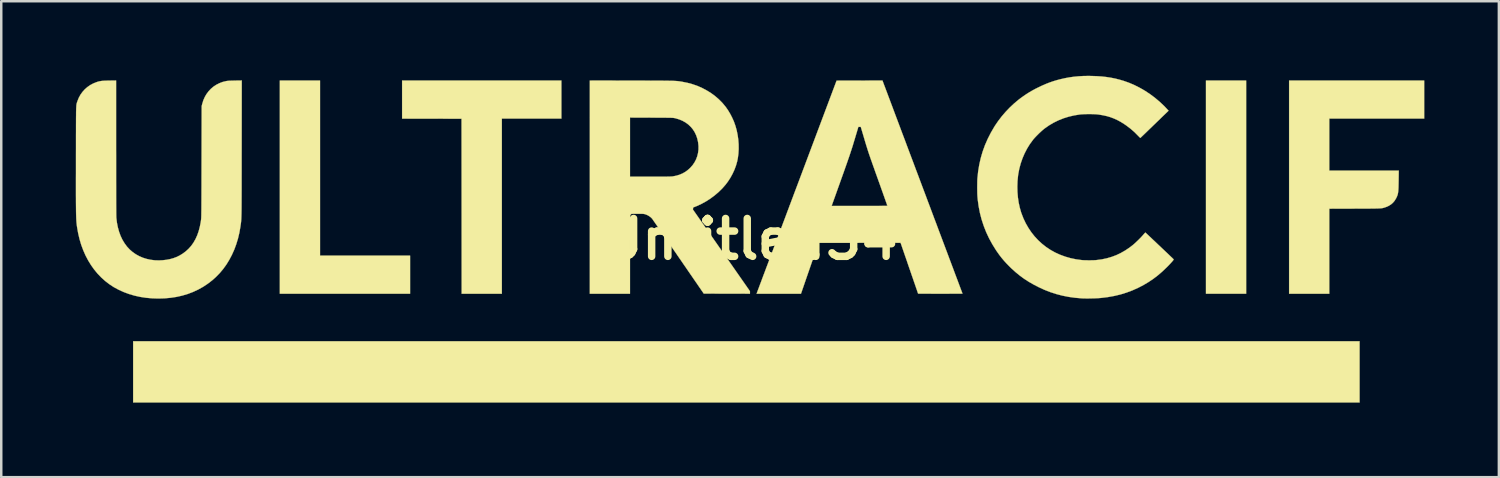
<source format=kicad_pcb>
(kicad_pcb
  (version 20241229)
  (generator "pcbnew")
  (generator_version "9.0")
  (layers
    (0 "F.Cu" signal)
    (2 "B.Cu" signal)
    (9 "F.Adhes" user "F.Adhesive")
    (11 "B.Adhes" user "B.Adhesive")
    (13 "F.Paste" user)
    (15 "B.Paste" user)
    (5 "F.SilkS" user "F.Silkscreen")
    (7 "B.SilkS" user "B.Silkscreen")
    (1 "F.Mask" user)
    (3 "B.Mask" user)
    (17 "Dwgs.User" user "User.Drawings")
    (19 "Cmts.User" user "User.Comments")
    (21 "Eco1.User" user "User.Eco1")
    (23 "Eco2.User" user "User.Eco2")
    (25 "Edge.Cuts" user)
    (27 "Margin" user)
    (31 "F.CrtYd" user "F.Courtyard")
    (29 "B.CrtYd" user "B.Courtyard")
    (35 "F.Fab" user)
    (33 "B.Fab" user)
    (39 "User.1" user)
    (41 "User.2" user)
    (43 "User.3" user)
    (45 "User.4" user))
  (footprint "Untitled54"
    (layer "F.Cu")
    (at 27.123 6.574)
    (property "Reference" "Untitled54" (at 0 0 0) (layer "F.SilkS") (effects (font (size 1.524 1.524) (thickness 0.3))))
    (attr through_hole)
    (fp_poly (pts (xy 19.964 2.193) (xy 18.347 2.193) (xy 18.347 -6.384) (xy 19.964 -6.384) (xy 19.964 2.193)) (stroke (width 0.01) (type solid)) (fill yes) (layer "F.SilkS"))
    (fp_poly (pts (xy -17.297 0.66) (xy -13.674 0.66) (xy -13.674 2.193) (xy -18.915 2.193) (xy -18.915 -6.384) (xy -17.297 -6.384) (xy -17.297 0.66)) (stroke (width 0.01) (type solid)) (fill yes) (layer "F.SilkS"))
    (fp_poly (pts (xy -7.586 -4.851) (xy -9.982 -4.851) (xy -9.982 2.193) (xy -11.599 2.193) (xy -11.601 -1.327) (xy -11.604 -4.847) (xy -13.995 -4.851) (xy -13.995 -6.384) (xy -7.586 -6.384) (xy -7.586 -4.851)) (stroke (width 0.01) (type solid)) (fill yes) (layer "F.SilkS"))
    (fp_poly (pts (xy 4.813 4.106) (xy 8.462 4.106) (xy 9.049 4.106) (xy 10.765 4.106) (xy 11.319 4.106) (xy 12.926 4.106) (xy 13.44 4.106) (xy 14.435 4.106) (xy 14.914 4.106) (xy 15.833 4.106) (xy 16.273 4.106) (xy 17.108 4.106) (xy 17.503 4.106) (xy 17.882 4.106) (xy 18.245 4.106) (xy 18.358 4.106) (xy 24.528 4.106) (xy 24.528 6.57) (xy -24.816 6.57) (xy -24.816 4.106) (xy -18.646 4.106) (xy -18.289 4.106) (xy -17.526 4.106) (xy -17.121 4.106) (xy -16.701 4.106) (xy -16.267 4.106) (xy -15.357 4.106) (xy -14.883 4.106) (xy -13.897 4.106) (xy -13.386 4.106) (xy -11.791 4.106) (xy -11.239 4.106) (xy -9.532 4.106) (xy -8.948 4.106) (xy -5.31 4.106) (xy -4.687 4.106) (xy 4.188 4.106) (xy 4.813 4.106)) (stroke (width 0.01) (type solid)) (fill yes) (layer "F.SilkS"))
    (fp_poly (pts (xy 27.127 -4.851) (xy 23.309 -4.851) (xy 23.309 -2.76) (xy 26.105 -2.76) (xy 26.099 -2.36) (xy 26.097 -2.25) (xy 26.095 -2.155) (xy 26.093 -2.073) (xy 26.089 -2.003) (xy 26.085 -1.943) (xy 26.079 -1.892) (xy 26.072 -1.847) (xy 26.063 -1.807) (xy 26.052 -1.769) (xy 26.039 -1.734) (xy 26.023 -1.698) (xy 26.005 -1.66) (xy 25.996 -1.642) (xy 25.939 -1.549) (xy 25.871 -1.468) (xy 25.792 -1.399) (xy 25.7 -1.342) (xy 25.596 -1.296) (xy 25.578 -1.29) (xy 25.554 -1.282) (xy 25.533 -1.274) (xy 25.513 -1.268) (xy 25.493 -1.262) (xy 25.473 -1.257) (xy 25.45 -1.252) (xy 25.426 -1.248) (xy 25.397 -1.245) (xy 25.364 -1.242) (xy 25.326 -1.24) (xy 25.28 -1.238) (xy 25.228 -1.236) (xy 25.166 -1.235) (xy 25.095 -1.234) (xy 25.014 -1.233) (xy 24.921 -1.232) (xy 24.816 -1.232) (xy 24.697 -1.231) (xy 24.564 -1.231) (xy 24.415 -1.23) (xy 24.331 -1.23) (xy 23.309 -1.227) (xy 23.309 2.193) (xy 21.692 2.193) (xy 21.692 -6.384) (xy 27.127 -6.384) (xy 27.127 -4.851)) (stroke (width 0.01) (type solid)) (fill yes) (layer "F.SilkS"))
    (fp_poly (pts (xy -4.756 -6.381) (xy -4.553 -6.381) (xy -4.367 -6.381) (xy -4.195 -6.38) (xy -4.039 -6.38) (xy -3.896 -6.379) (xy -3.766 -6.379) (xy -3.649 -6.378) (xy -3.543 -6.378) (xy -3.447 -6.377) (xy -3.362 -6.376) (xy -3.286 -6.375) (xy -3.218 -6.374) (xy -3.158 -6.373) (xy -3.105 -6.372) (xy -3.057 -6.37) (xy -3.015 -6.368) (xy -2.978 -6.366) (xy -2.944 -6.363) (xy -2.913 -6.361) (xy -2.885 -6.358) (xy -2.858 -6.354) (xy -2.831 -6.351) (xy -2.804 -6.347) (xy -2.777 -6.342) (xy -2.747 -6.338) (xy -2.722 -6.333) (xy -2.512 -6.291) (xy -2.307 -6.235) (xy -2.108 -6.165) (xy -1.917 -6.081) (xy -1.735 -5.984) (xy -1.561 -5.876) (xy -1.398 -5.755) (xy -1.246 -5.623) (xy -1.106 -5.481) (xy -0.979 -5.328) (xy -0.972 -5.319) (xy -0.882 -5.189) (xy -0.796 -5.047) (xy -0.718 -4.896) (xy -0.648 -4.741) (xy -0.645 -4.733) (xy -0.584 -4.562) (xy -0.534 -4.382) (xy -0.496 -4.197) (xy -0.469 -4.007) (xy -0.455 -3.817) (xy -0.453 -3.628) (xy -0.464 -3.443) (xy -0.487 -3.264) (xy -0.512 -3.137) (xy -0.559 -2.97) (xy -0.621 -2.802) (xy -0.697 -2.636) (xy -0.785 -2.475) (xy -0.884 -2.322) (xy -0.981 -2.193) (xy -1.114 -2.042) (xy -1.261 -1.898) (xy -1.419 -1.763) (xy -1.588 -1.637) (xy -1.765 -1.523) (xy -1.947 -1.423) (xy -2.134 -1.336) (xy -2.181 -1.317) (xy -2.284 -1.276) (xy -2.289 -1.236) (xy -2.295 -1.195) (xy -1.147 0.448) (xy 0 2.092) (xy 0 2.193) (xy -0.929 2.191) (xy -1.858 2.189) (xy -2.887 0.693) (xy -2.986 0.549) (xy -3.083 0.409) (xy -3.176 0.273) (xy -3.267 0.142) (xy -3.354 0.016) (xy -3.436 -0.104) (xy -3.514 -0.217) (xy -3.587 -0.323) (xy -3.655 -0.42) (xy -3.716 -0.509) (xy -3.771 -0.588) (xy -3.819 -0.658) (xy -3.86 -0.716) (xy -3.893 -0.764) (xy -3.917 -0.799) (xy -3.933 -0.822) (xy -3.94 -0.831) (xy -3.993 -0.883) (xy -4.059 -0.931) (xy -4.131 -0.972) (xy -4.206 -1.001) (xy -4.244 -1.012) (xy -4.266 -1.016) (xy -4.291 -1.019) (xy -4.322 -1.021) (xy -4.36 -1.023) (xy -4.407 -1.023) (xy -4.468 -1.023) (xy -4.535 -1.023) (xy -4.765 -1.02) (xy -4.787 -1) (xy -4.805 -0.977) (xy -4.817 -0.95) (xy -4.817 -0.949) (xy -4.819 -0.936) (xy -4.82 -0.907) (xy -4.821 -0.861) (xy -4.822 -0.799) (xy -4.822 -0.721) (xy -4.823 -0.627) (xy -4.824 -0.518) (xy -4.824 -0.393) (xy -4.825 -0.253) (xy -4.825 -0.098) (xy -4.826 0.071) (xy -4.826 0.255) (xy -4.826 0.452) (xy -4.826 0.637) (xy -4.826 2.193) (xy -6.443 2.193) (xy -6.443 -2.515) (xy -4.826 -2.515) (xy -4.011 -2.515) (xy -3.87 -2.515) (xy -3.744 -2.515) (xy -3.633 -2.515) (xy -3.536 -2.516) (xy -3.452 -2.516) (xy -3.38 -2.517) (xy -3.318 -2.518) (xy -3.266 -2.519) (xy -3.223 -2.52) (xy -3.187 -2.521) (xy -3.158 -2.523) (xy -3.134 -2.524) (xy -3.115 -2.526) (xy -3.11 -2.527) (xy -2.965 -2.555) (xy -2.832 -2.595) (xy -2.708 -2.648) (xy -2.592 -2.715) (xy -2.484 -2.797) (xy -2.4 -2.874) (xy -2.308 -2.978) (xy -2.231 -3.09) (xy -2.168 -3.21) (xy -2.121 -3.336) (xy -2.088 -3.469) (xy -2.071 -3.606) (xy -2.07 -3.748) (xy -2.085 -3.894) (xy -2.088 -3.912) (xy -2.12 -4.053) (xy -2.166 -4.186) (xy -2.225 -4.309) (xy -2.298 -4.422) (xy -2.384 -4.524) (xy -2.481 -4.616) (xy -2.591 -4.696) (xy -2.712 -4.764) (xy -2.843 -4.819) (xy -2.985 -4.862) (xy -3.022 -4.871) (xy -3.035 -4.873) (xy -3.049 -4.876) (xy -3.063 -4.878) (xy -3.08 -4.88) (xy -3.1 -4.882) (xy -3.124 -4.884) (xy -3.153 -4.885) (xy -3.189 -4.886) (xy -3.232 -4.887) (xy -3.283 -4.888) (xy -3.344 -4.888) (xy -3.416 -4.889) (xy -3.499 -4.889) (xy -3.595 -4.89) (xy -3.705 -4.89) (xy -3.829 -4.891) (xy -3.965 -4.891) (xy -4.826 -4.894) (xy -4.826 -2.515) (xy -6.443 -2.515) (xy -6.443 -6.385) (xy -4.756 -6.381)) (stroke (width 0.01) (type solid)) (fill yes) (layer "F.SilkS"))
    (fp_poly (pts (xy 5.341 -6.361) (xy 5.344 -6.351) (xy 5.353 -6.327) (xy 5.368 -6.287) (xy 5.388 -6.233) (xy 5.414 -6.165) (xy 5.445 -6.083) (xy 5.48 -5.989) (xy 5.521 -5.881) (xy 5.565 -5.762) (xy 5.615 -5.631) (xy 5.668 -5.488) (xy 5.726 -5.335) (xy 5.787 -5.171) (xy 5.852 -4.998) (xy 5.921 -4.815) (xy 5.993 -4.623) (xy 6.068 -4.423) (xy 6.146 -4.215) (xy 6.228 -3.999) (xy 6.311 -3.776) (xy 6.397 -3.547) (xy 6.486 -3.311) (xy 6.577 -3.07) (xy 6.669 -2.823) (xy 6.764 -2.572) (xy 6.86 -2.316) (xy 6.95 -2.076) (xy 7.048 -1.817) (xy 7.143 -1.562) (xy 7.238 -1.311) (xy 7.33 -1.065) (xy 7.42 -0.824) (xy 7.509 -0.59) (xy 7.594 -0.361) (xy 7.678 -0.139) (xy 7.758 0.075) (xy 7.836 0.282) (xy 7.911 0.481) (xy 7.982 0.671) (xy 8.05 0.853) (xy 8.115 1.025) (xy 8.176 1.187) (xy 8.232 1.338) (xy 8.285 1.479) (xy 8.334 1.608) (xy 8.378 1.726) (xy 8.417 1.831) (xy 8.452 1.924) (xy 8.482 2.004) (xy 8.507 2.07) (xy 8.526 2.122) (xy 8.54 2.159) (xy 8.549 2.182) (xy 8.551 2.189) (xy 8.543 2.19) (xy 8.519 2.19) (xy 8.48 2.191) (xy 8.428 2.191) (xy 8.363 2.191) (xy 8.286 2.192) (xy 8.2 2.192) (xy 8.104 2.192) (xy 8 2.193) (xy 7.889 2.193) (xy 7.772 2.193) (xy 7.658 2.193) (xy 7.537 2.193) (xy 7.42 2.193) (xy 7.31 2.193) (xy 7.206 2.192) (xy 7.111 2.192) (xy 7.025 2.192) (xy 6.949 2.192) (xy 6.885 2.191) (xy 6.833 2.191) (xy 6.795 2.19) (xy 6.772 2.19) (xy 6.765 2.189) (xy 6.762 2.181) (xy 6.754 2.158) (xy 6.742 2.121) (xy 6.725 2.071) (xy 6.704 2.01) (xy 6.679 1.938) (xy 6.651 1.856) (xy 6.62 1.766) (xy 6.586 1.669) (xy 6.551 1.565) (xy 6.513 1.457) (xy 6.474 1.344) (xy 6.434 1.228) (xy 6.393 1.11) (xy 6.352 0.991) (xy 6.312 0.872) (xy 6.271 0.754) (xy 6.231 0.639) (xy 6.193 0.528) (xy 6.156 0.421) (xy 6.121 0.319) (xy 6.092 0.235) (xy 6.06 0.144) (xy 4.409 0.146) (xy 2.758 0.148) (xy 2.406 1.17) (xy 2.053 2.193) (xy 1.161 2.193) (xy 0.269 2.193) (xy 0.274 2.174) (xy 0.277 2.165) (xy 0.287 2.14) (xy 0.301 2.101) (xy 0.321 2.047) (xy 0.347 1.979) (xy 0.377 1.898) (xy 0.412 1.804) (xy 0.453 1.697) (xy 0.497 1.577) (xy 0.546 1.446) (xy 0.6 1.304) (xy 0.657 1.151) (xy 0.719 0.988) (xy 0.784 0.815) (xy 0.852 0.632) (xy 0.924 0.44) (xy 0.999 0.24) (xy 1.077 0.032) (xy 1.158 -0.184) (xy 1.242 -0.406) (xy 1.328 -0.636) (xy 1.417 -0.871) (xy 1.507 -1.113) (xy 1.592 -1.338) (xy 3.285 -1.338) (xy 4.407 -1.338) (xy 4.57 -1.338) (xy 4.722 -1.338) (xy 4.863 -1.338) (xy 4.992 -1.339) (xy 5.108 -1.339) (xy 5.212 -1.34) (xy 5.301 -1.34) (xy 5.377 -1.341) (xy 5.438 -1.342) (xy 5.484 -1.343) (xy 5.514 -1.344) (xy 5.528 -1.345) (xy 5.529 -1.346) (xy 5.526 -1.354) (xy 5.518 -1.378) (xy 5.505 -1.416) (xy 5.487 -1.467) (xy 5.464 -1.53) (xy 5.438 -1.605) (xy 5.408 -1.69) (xy 5.374 -1.784) (xy 5.338 -1.887) (xy 5.298 -1.998) (xy 5.257 -2.115) (xy 5.213 -2.238) (xy 5.167 -2.365) (xy 5.145 -2.427) (xy 5.09 -2.581) (xy 5.04 -2.72) (xy 4.996 -2.846) (xy 4.955 -2.96) (xy 4.919 -3.062) (xy 4.887 -3.154) (xy 4.857 -3.237) (xy 4.831 -3.313) (xy 4.807 -3.383) (xy 4.785 -3.447) (xy 4.765 -3.508) (xy 4.746 -3.566) (xy 4.728 -3.622) (xy 4.711 -3.678) (xy 4.693 -3.734) (xy 4.675 -3.793) (xy 4.656 -3.855) (xy 4.636 -3.921) (xy 4.615 -3.993) (xy 4.61 -4.011) (xy 4.458 -4.521) (xy 4.363 -4.521) (xy 4.208 -4.003) (xy 4.189 -3.941) (xy 4.171 -3.882) (xy 4.154 -3.825) (xy 4.137 -3.768) (xy 4.119 -3.712) (xy 4.101 -3.655) (xy 4.082 -3.596) (xy 4.062 -3.536) (xy 4.041 -3.472) (xy 4.019 -3.405) (xy 3.995 -3.334) (xy 3.968 -3.257) (xy 3.94 -3.175) (xy 3.909 -3.085) (xy 3.875 -2.989) (xy 3.838 -2.884) (xy 3.798 -2.77) (xy 3.754 -2.646) (xy 3.706 -2.513) (xy 3.654 -2.367) (xy 3.598 -2.21) (xy 3.537 -2.04) (xy 3.472 -1.857) (xy 3.401 -1.659) (xy 3.325 -1.447) (xy 3.306 -1.395) (xy 3.285 -1.338) (xy 1.592 -1.338) (xy 1.6 -1.359) (xy 1.694 -1.611) (xy 1.79 -1.867) (xy 1.883 -2.112) (xy 3.486 -6.38) (xy 4.409 -6.382) (xy 5.332 -6.384) (xy 5.341 -6.361)) (stroke (width 0.01) (type solid)) (fill yes) (layer "F.SilkS"))
    (fp_poly (pts (xy -20.449 -3.652) (xy -20.45 -3.394) (xy -20.45 -3.151) (xy -20.45 -2.925) (xy -20.45 -2.713) (xy -20.451 -2.516) (xy -20.451 -2.334) (xy -20.451 -2.164) (xy -20.451 -2.008) (xy -20.452 -1.863) (xy -20.452 -1.73) (xy -20.453 -1.608) (xy -20.453 -1.497) (xy -20.454 -1.396) (xy -20.454 -1.304) (xy -20.455 -1.22) (xy -20.456 -1.145) (xy -20.457 -1.077) (xy -20.458 -1.016) (xy -20.46 -0.961) (xy -20.461 -0.912) (xy -20.463 -0.868) (xy -20.464 -0.829) (xy -20.466 -0.794) (xy -20.468 -0.762) (xy -20.471 -0.732) (xy -20.473 -0.706) (xy -20.476 -0.68) (xy -20.479 -0.656) (xy -20.482 -0.632) (xy -20.485 -0.608) (xy -20.489 -0.583) (xy -20.493 -0.557) (xy -20.497 -0.529) (xy -20.498 -0.516) (xy -20.541 -0.269) (xy -20.597 -0.03) (xy -20.667 0.2) (xy -20.749 0.422) (xy -20.844 0.633) (xy -20.951 0.835) (xy -21.069 1.026) (xy -21.2 1.206) (xy -21.342 1.374) (xy -21.496 1.53) (xy -21.627 1.647) (xy -21.809 1.788) (xy -21.999 1.914) (xy -22.198 2.025) (xy -22.404 2.121) (xy -22.619 2.203) (xy -22.841 2.269) (xy -23.071 2.321) (xy -23.309 2.357) (xy -23.554 2.379) (xy -23.807 2.386) (xy -24.053 2.378) (xy -24.296 2.357) (xy -24.532 2.321) (xy -24.761 2.27) (xy -24.983 2.205) (xy -25.196 2.126) (xy -25.401 2.033) (xy -25.595 1.928) (xy -25.772 1.812) (xy -25.94 1.683) (xy -26.098 1.541) (xy -26.247 1.386) (xy -26.385 1.219) (xy -26.512 1.04) (xy -26.628 0.851) (xy -26.733 0.652) (xy -26.825 0.442) (xy -26.906 0.224) (xy -26.973 -0.002) (xy -27.028 -0.237) (xy -27.054 -0.381) (xy -27.061 -0.42) (xy -27.067 -0.458) (xy -27.073 -0.493) (xy -27.078 -0.528) (xy -27.083 -0.563) (xy -27.087 -0.598) (xy -27.091 -0.635) (xy -27.095 -0.673) (xy -27.098 -0.714) (xy -27.101 -0.758) (xy -27.104 -0.806) (xy -27.106 -0.858) (xy -27.108 -0.915) (xy -27.11 -0.979) (xy -27.112 -1.049) (xy -27.113 -1.126) (xy -27.114 -1.211) (xy -27.115 -1.305) (xy -27.116 -1.408) (xy -27.117 -1.52) (xy -27.117 -1.644) (xy -27.118 -1.779) (xy -27.118 -1.925) (xy -27.118 -2.084) (xy -27.118 -2.257) (xy -27.118 -2.443) (xy -27.117 -2.644) (xy -27.117 -2.861) (xy -27.117 -3.093) (xy -27.117 -3.2) (xy -27.117 -3.428) (xy -27.116 -3.639) (xy -27.116 -3.834) (xy -27.116 -4.014) (xy -27.116 -4.18) (xy -27.115 -4.332) (xy -27.115 -4.472) (xy -27.115 -4.598) (xy -27.114 -4.713) (xy -27.114 -4.817) (xy -27.113 -4.911) (xy -27.112 -4.994) (xy -27.112 -5.069) (xy -27.111 -5.134) (xy -27.109 -5.192) (xy -27.108 -5.243) (xy -27.106 -5.287) (xy -27.104 -5.325) (xy -27.102 -5.358) (xy -27.1 -5.386) (xy -27.097 -5.41) (xy -27.094 -5.431) (xy -27.091 -5.449) (xy -27.087 -5.464) (xy -27.083 -5.479) (xy -27.079 -5.492) (xy -27.074 -5.506) (xy -27.069 -5.52) (xy -27.064 -5.535) (xy -27.058 -5.552) (xy -27.055 -5.561) (xy -27.003 -5.691) (xy -26.937 -5.812) (xy -26.857 -5.924) (xy -26.765 -6.027) (xy -26.662 -6.118) (xy -26.548 -6.198) (xy -26.424 -6.265) (xy -26.293 -6.318) (xy -26.286 -6.32) (xy -26.24 -6.335) (xy -26.197 -6.347) (xy -26.154 -6.356) (xy -26.11 -6.364) (xy -26.061 -6.37) (xy -26.005 -6.374) (xy -25.94 -6.377) (xy -25.862 -6.38) (xy -25.771 -6.382) (xy -25.77 -6.382) (xy -25.502 -6.386) (xy -25.502 -3.678) (xy -25.501 -3.378) (xy -25.501 -3.096) (xy -25.501 -2.83) (xy -25.501 -2.581) (xy -25.501 -2.349) (xy -25.5 -2.134) (xy -25.5 -1.935) (xy -25.5 -1.754) (xy -25.499 -1.589) (xy -25.499 -1.441) (xy -25.498 -1.31) (xy -25.497 -1.195) (xy -25.497 -1.098) (xy -25.496 -1.017) (xy -25.495 -0.954) (xy -25.494 -0.907) (xy -25.493 -0.877) (xy -25.493 -0.868) (xy -25.469 -0.668) (xy -25.432 -0.48) (xy -25.383 -0.302) (xy -25.322 -0.136) (xy -25.249 0.019) (xy -25.163 0.162) (xy -25.066 0.294) (xy -25.06 0.301) (xy -24.954 0.415) (xy -24.837 0.516) (xy -24.71 0.605) (xy -24.573 0.681) (xy -24.428 0.744) (xy -24.275 0.792) (xy -24.116 0.827) (xy -23.951 0.848) (xy -23.78 0.853) (xy -23.639 0.847) (xy -23.479 0.829) (xy -23.331 0.801) (xy -23.193 0.762) (xy -23.062 0.713) (xy -22.938 0.651) (xy -22.822 0.58) (xy -22.696 0.486) (xy -22.582 0.381) (xy -22.479 0.265) (xy -22.388 0.136) (xy -22.307 -0.005) (xy -22.238 -0.158) (xy -22.18 -0.323) (xy -22.133 -0.502) (xy -22.096 -0.693) (xy -22.084 -0.779) (xy -22.082 -0.792) (xy -22.081 -0.806) (xy -22.08 -0.821) (xy -22.078 -0.84) (xy -22.077 -0.861) (xy -22.076 -0.886) (xy -22.075 -0.916) (xy -22.074 -0.95) (xy -22.073 -0.991) (xy -22.073 -1.037) (xy -22.072 -1.091) (xy -22.071 -1.152) (xy -22.07 -1.221) (xy -22.07 -1.299) (xy -22.069 -1.387) (xy -22.069 -1.484) (xy -22.068 -1.592) (xy -22.068 -1.712) (xy -22.067 -1.843) (xy -22.067 -1.988) (xy -22.066 -2.145) (xy -22.066 -2.316) (xy -22.066 -2.502) (xy -22.065 -2.703) (xy -22.065 -2.919) (xy -22.064 -3.124) (xy -22.059 -5.355) (xy -22.037 -5.444) (xy -21.994 -5.584) (xy -21.937 -5.715) (xy -21.867 -5.837) (xy -21.784 -5.948) (xy -21.69 -6.049) (xy -21.585 -6.138) (xy -21.47 -6.214) (xy -21.346 -6.277) (xy -21.214 -6.327) (xy -21.074 -6.361) (xy -21.065 -6.363) (xy -21.034 -6.367) (xy -20.997 -6.371) (xy -20.951 -6.375) (xy -20.895 -6.377) (xy -20.826 -6.379) (xy -20.743 -6.381) (xy -20.716 -6.382) (xy -20.446 -6.386) (xy -20.449 -3.652)) (stroke (width 0.01) (type solid)) (fill yes) (layer "F.SilkS"))
    (fp_poly (pts (xy 13.737 -6.567) (xy 13.949 -6.56) (xy 14.148 -6.547) (xy 14.337 -6.526) (xy 14.519 -6.498) (xy 14.696 -6.463) (xy 14.872 -6.418) (xy 15.037 -6.37) (xy 15.254 -6.293) (xy 15.471 -6.2) (xy 15.685 -6.092) (xy 15.894 -5.971) (xy 16.098 -5.836) (xy 16.294 -5.69) (xy 16.482 -5.532) (xy 16.659 -5.365) (xy 16.749 -5.271) (xy 16.843 -5.17) (xy 16.759 -5.089) (xy 16.74 -5.071) (xy 16.709 -5.041) (xy 16.668 -5.002) (xy 16.619 -4.955) (xy 16.562 -4.9) (xy 16.499 -4.838) (xy 16.431 -4.772) (xy 16.358 -4.702) (xy 16.282 -4.628) (xy 16.204 -4.553) (xy 16.194 -4.543) (xy 16.118 -4.47) (xy 16.046 -4.4) (xy 15.979 -4.335) (xy 15.917 -4.275) (xy 15.861 -4.221) (xy 15.812 -4.174) (xy 15.771 -4.135) (xy 15.74 -4.105) (xy 15.718 -4.085) (xy 15.707 -4.075) (xy 15.706 -4.074) (xy 15.699 -4.079) (xy 15.682 -4.095) (xy 15.658 -4.119) (xy 15.629 -4.149) (xy 15.613 -4.165) (xy 15.469 -4.31) (xy 15.311 -4.447) (xy 15.143 -4.574) (xy 15.054 -4.635) (xy 14.915 -4.722) (xy 14.779 -4.795) (xy 14.643 -4.857) (xy 14.505 -4.909) (xy 14.36 -4.952) (xy 14.206 -4.986) (xy 14.039 -5.014) (xy 14.012 -5.018) (xy 13.953 -5.024) (xy 13.881 -5.029) (xy 13.799 -5.032) (xy 13.71 -5.034) (xy 13.619 -5.034) (xy 13.528 -5.033) (xy 13.442 -5.03) (xy 13.363 -5.026) (xy 13.296 -5.021) (xy 13.272 -5.018) (xy 13.044 -4.981) (xy 12.825 -4.93) (xy 12.614 -4.864) (xy 12.411 -4.783) (xy 12.217 -4.688) (xy 12.03 -4.577) (xy 11.851 -4.452) (xy 11.851 -4.452) (xy 11.806 -4.415) (xy 11.752 -4.369) (xy 11.693 -4.315) (xy 11.631 -4.257) (xy 11.57 -4.196) (xy 11.512 -4.137) (xy 11.459 -4.081) (xy 11.415 -4.032) (xy 11.393 -4.005) (xy 11.265 -3.831) (xy 11.151 -3.647) (xy 11.051 -3.454) (xy 10.965 -3.253) (xy 10.893 -3.046) (xy 10.836 -2.833) (xy 10.795 -2.617) (xy 10.786 -2.552) (xy 10.765 -2.334) (xy 10.758 -2.115) (xy 10.763 -1.896) (xy 10.781 -1.681) (xy 10.812 -1.471) (xy 10.856 -1.269) (xy 10.912 -1.075) (xy 10.922 -1.046) (xy 11.002 -0.839) (xy 11.095 -0.643) (xy 11.202 -0.456) (xy 11.321 -0.279) (xy 11.452 -0.114) (xy 11.595 0.04) (xy 11.749 0.182) (xy 11.914 0.312) (xy 12.09 0.429) (xy 12.275 0.533) (xy 12.47 0.622) (xy 12.478 0.625) (xy 12.684 0.701) (xy 12.896 0.762) (xy 13.116 0.808) (xy 13.339 0.839) (xy 13.39 0.843) (xy 13.455 0.846) (xy 13.528 0.848) (xy 13.607 0.849) (xy 13.688 0.849) (xy 13.767 0.848) (xy 13.839 0.846) (xy 13.902 0.843) (xy 13.945 0.839) (xy 14.156 0.811) (xy 14.358 0.768) (xy 14.551 0.712) (xy 14.738 0.642) (xy 14.919 0.556) (xy 15.096 0.455) (xy 15.27 0.338) (xy 15.398 0.24) (xy 15.446 0.2) (xy 15.502 0.15) (xy 15.563 0.092) (xy 15.626 0.032) (xy 15.688 -0.03) (xy 15.746 -0.09) (xy 15.796 -0.145) (xy 15.825 -0.178) (xy 15.853 -0.211) (xy 15.878 -0.238) (xy 15.897 -0.258) (xy 15.908 -0.268) (xy 15.909 -0.269) (xy 15.916 -0.263) (xy 15.935 -0.246) (xy 15.963 -0.22) (xy 16 -0.185) (xy 16.046 -0.142) (xy 16.098 -0.092) (xy 16.157 -0.037) (xy 16.22 0.023) (xy 16.288 0.086) (xy 16.358 0.153) (xy 16.429 0.221) (xy 16.502 0.289) (xy 16.574 0.358) (xy 16.645 0.425) (xy 16.713 0.49) (xy 16.778 0.551) (xy 16.839 0.609) (xy 16.893 0.661) (xy 16.941 0.707) (xy 16.982 0.745) (xy 17.013 0.776) (xy 17.035 0.797) (xy 17.046 0.808) (xy 17.047 0.809) (xy 17.046 0.821) (xy 17.032 0.844) (xy 17.006 0.878) (xy 16.967 0.922) (xy 16.917 0.977) (xy 16.856 1.042) (xy 16.783 1.116) (xy 16.764 1.135) (xy 16.587 1.304) (xy 16.408 1.457) (xy 16.225 1.597) (xy 16.034 1.725) (xy 15.835 1.843) (xy 15.623 1.953) (xy 15.617 1.956) (xy 15.386 2.06) (xy 15.15 2.148) (xy 14.907 2.223) (xy 14.657 2.283) (xy 14.399 2.329) (xy 14.131 2.362) (xy 14.089 2.366) (xy 14.02 2.371) (xy 13.94 2.375) (xy 13.851 2.379) (xy 13.757 2.381) (xy 13.663 2.383) (xy 13.571 2.384) (xy 13.485 2.383) (xy 13.409 2.382) (xy 13.352 2.379) (xy 13.082 2.356) (xy 12.822 2.32) (xy 12.57 2.27) (xy 12.324 2.206) (xy 12.083 2.128) (xy 11.845 2.035) (xy 11.609 1.926) (xy 11.607 1.925) (xy 11.403 1.819) (xy 11.212 1.709) (xy 11.033 1.593) (xy 10.862 1.468) (xy 10.697 1.334) (xy 10.534 1.188) (xy 10.462 1.118) (xy 10.34 0.995) (xy 10.23 0.875) (xy 10.129 0.755) (xy 10.032 0.63) (xy 9.938 0.497) (xy 9.902 0.445) (xy 9.754 0.207) (xy 9.621 -0.035) (xy 9.505 -0.283) (xy 9.405 -0.537) (xy 9.32 -0.796) (xy 9.252 -1.061) (xy 9.2 -1.331) (xy 9.163 -1.607) (xy 9.153 -1.727) (xy 9.15 -1.778) (xy 9.147 -1.843) (xy 9.146 -1.918) (xy 9.145 -2.001) (xy 9.144 -2.086) (xy 9.145 -2.172) (xy 9.146 -2.255) (xy 9.147 -2.331) (xy 9.149 -2.397) (xy 9.152 -2.451) (xy 9.153 -2.456) (xy 9.182 -2.733) (xy 9.227 -3.003) (xy 9.287 -3.268) (xy 9.363 -3.528) (xy 9.455 -3.782) (xy 9.564 -4.032) (xy 9.689 -4.278) (xy 9.83 -4.521) (xy 9.858 -4.566) (xy 9.988 -4.756) (xy 10.132 -4.944) (xy 10.288 -5.125) (xy 10.454 -5.299) (xy 10.628 -5.462) (xy 10.807 -5.612) (xy 10.875 -5.664) (xy 10.998 -5.753) (xy 11.115 -5.833) (xy 11.232 -5.907) (xy 11.353 -5.978) (xy 11.482 -6.048) (xy 11.595 -6.104) (xy 11.754 -6.18) (xy 11.905 -6.246) (xy 12.051 -6.303) (xy 12.198 -6.354) (xy 12.348 -6.399) (xy 12.484 -6.435) (xy 12.672 -6.478) (xy 12.856 -6.512) (xy 13.039 -6.537) (xy 13.227 -6.555) (xy 13.421 -6.566) (xy 13.625 -6.569) (xy 13.737 -6.567)) (stroke (width 0.01) (type solid)) (fill yes) (layer "F.SilkS")))
  (gr_rect
    (start -3 -3)
    (end 57.255 16.149)
    (stroke (width 0.1) (type default))
    (fill no)
    (layer "Edge.Cuts")))
</source>
